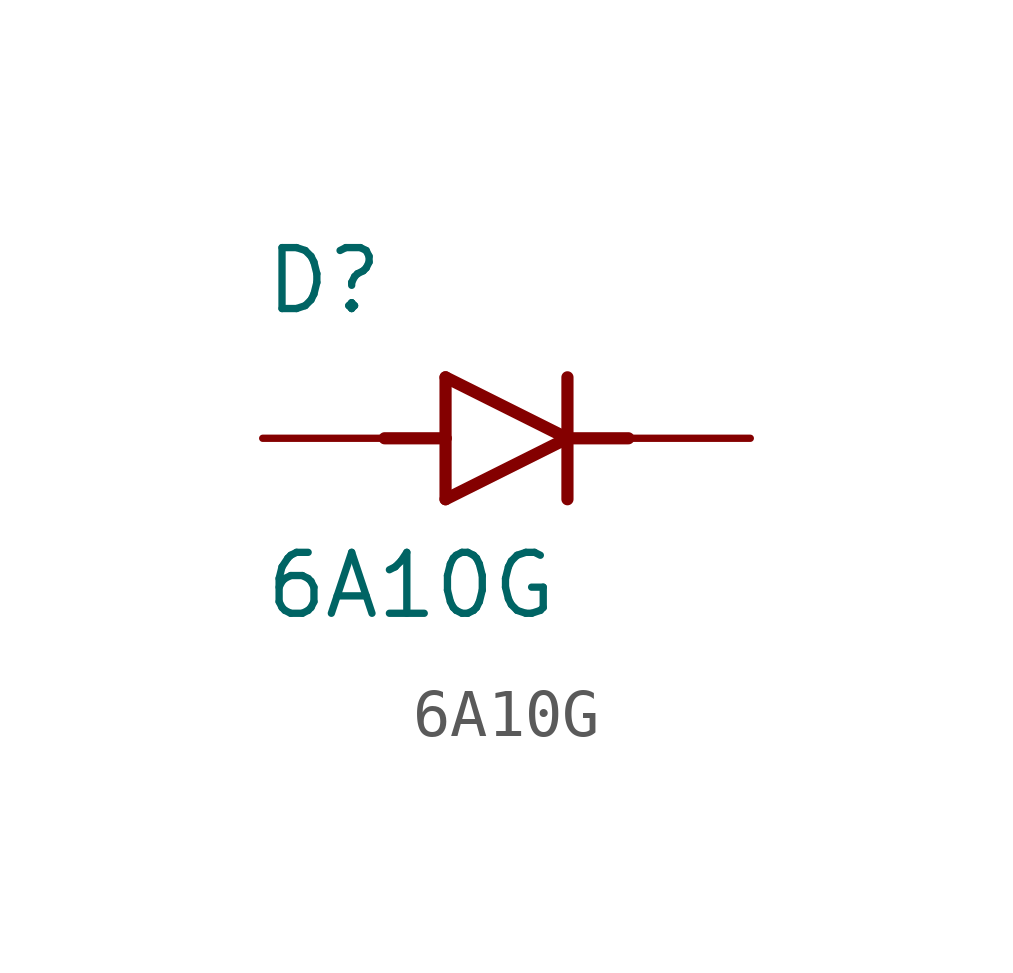
<source format=kicad_sym>
(kicad_symbol_lib
  (version 20211014)
  (generator kicad_symbol_editor)
  (symbol "6A10G"
    (pin_numbers hide)
    (pin_names
      (offset 1.016) hide)
    (property "Reference" "D"
      (at -5.08 2.54 0)
      (effects (font (size 1.27 1.27)) (justify left bottom)))
    (property "Value" "6A10G"
      (at -5.08 -3.81 0)
      (effects (font (size 1.27 1.27)) (justify left bottom)))
    (property "ki_locked" ""
      (at 0 0 0)
      (effects (font (size 1.27 1.27))))
    (symbol "6A10G_0_0"
      (polyline (pts (xy -2.54 0) (xy -1.27 0)) (stroke (width 0.254) (type default) (color 0 0 0 0)) (fill (type none)))
      (polyline (pts (xy -1.27 -1.27) (xy 1.27 0)) (stroke (width 0.254) (type default) (color 0 0 0 0)) (fill (type none)))
      (polyline (pts (xy -1.27 0) (xy -1.27 -1.27)) (stroke (width 0.254) (type default) (color 0 0 0 0)) (fill (type none)))
      (polyline (pts (xy -1.27 1.27) (xy -1.27 0)) (stroke (width 0.254) (type default) (color 0 0 0 0)) (fill (type none)))
      (polyline (pts (xy 1.27 0) (xy -1.27 1.27)) (stroke (width 0.254) (type default) (color 0 0 0 0)) (fill (type none)))
      (polyline (pts (xy 1.27 0) (xy 1.27 -1.27)) (stroke (width 0.254) (type default) (color 0 0 0 0)) (fill (type none)))
      (polyline (pts (xy 1.27 0) (xy 2.54 0)) (stroke (width 0.254) (type default) (color 0 0 0 0)) (fill (type none)))
      (polyline (pts (xy 1.27 1.27) (xy 1.27 0)) (stroke (width 0.254) (type default) (color 0 0 0 0)) (fill (type none)))
      (pin passive line (at -5.08 0 0) (length 2.54) (name "~" (effects (font (size 1.016 1.016)))) (number "A" (effects (font (size 1.016 1.016)))))
      (pin passive line (at 5.08 0 180) (length 2.54) (name "~" (effects (font (size 1.016 1.016)))) (number "C" (effects (font (size 1.016 1.016))))))))
</source>
